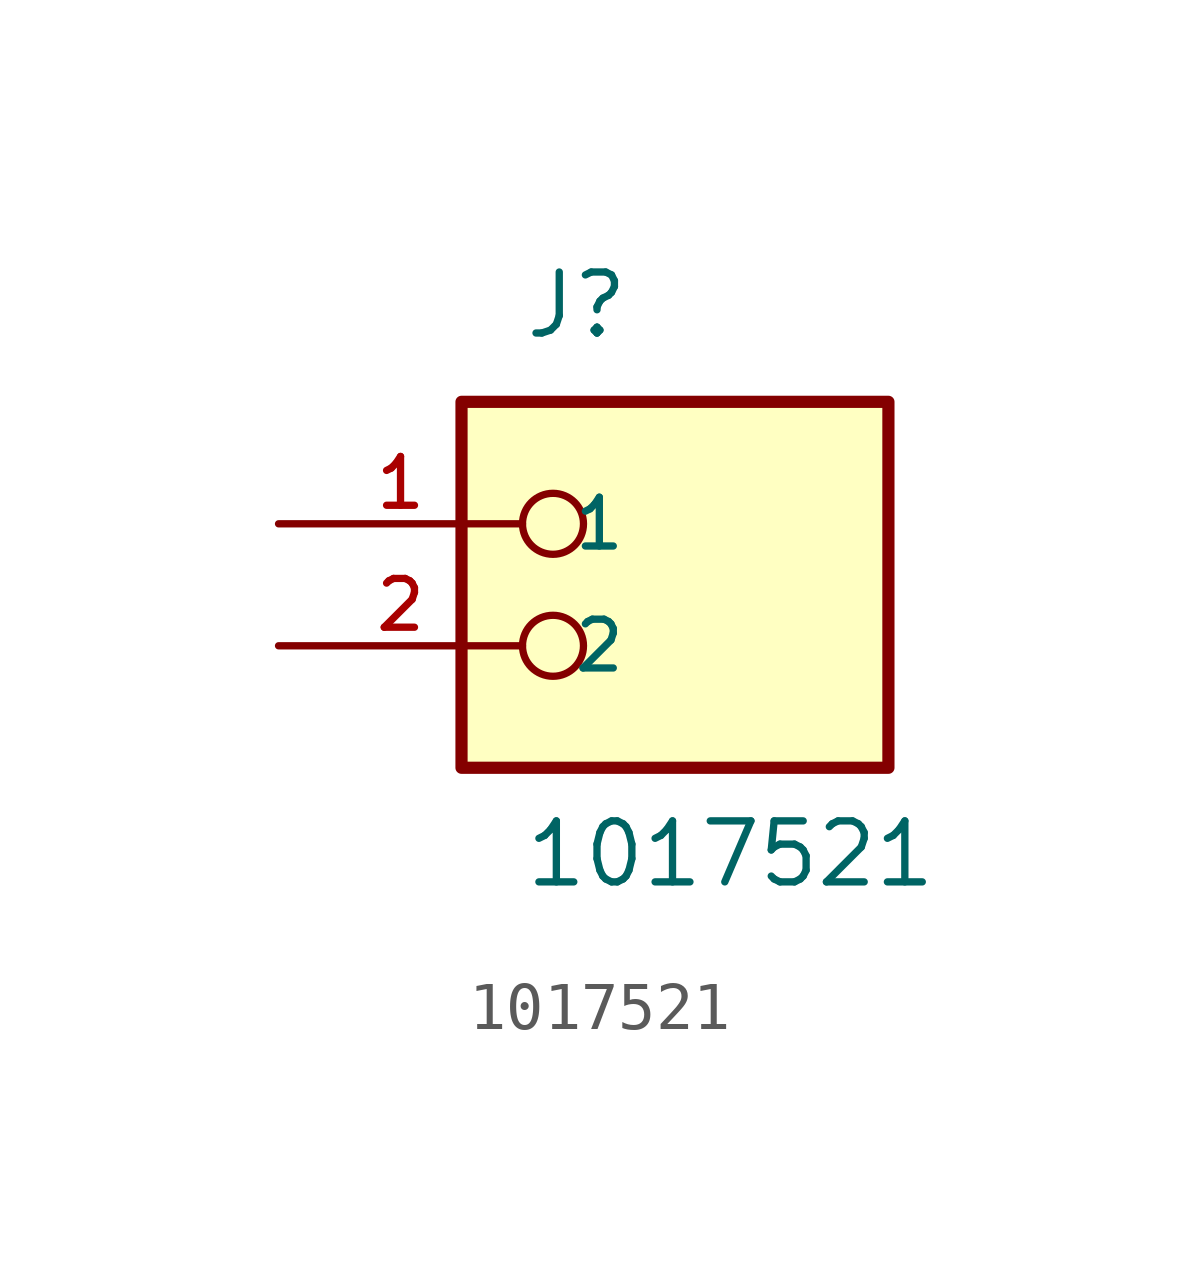
<source format=kicad_sym>
(kicad_symbol_lib
  (version 20211014)
  (generator kicad_symbol_editor)
  (symbol "1017521"
    (pin_names
      (offset 1.016))
    (property "Reference" "J"
      (at -2.54 3.81 0)
      (effects (font (size 1.27 1.27)) (justify bottom left)))
    (property "Value" "1017521"
      (at -2.54 -7.62 0)
      (effects (font (size 1.27 1.27)) (justify bottom left)))
    (symbol "1017521_0_0"
      (circle (center -1.905 0.0) (radius 0.635) (stroke (width 0.152)) (fill (type none)))
      (circle (center -1.905 -2.54) (radius 0.635) (stroke (width 0.152)) (fill (type none)))
      (rectangle (start -3.81 -5.08) (end 5.08 2.54) (stroke (width 0.254)) (fill (type background)))
      (pin passive line (at -7.62 0.0 0) (length 5.08) (name "1" (effects (font (size 1.016 1.016)))) (number "1" (effects (font (size 1.016 1.016)))))
      (pin passive line (at -7.62 -2.54 0) (length 5.08) (name "2" (effects (font (size 1.016 1.016)))) (number "2" (effects (font (size 1.016 1.016))))))))
</source>
